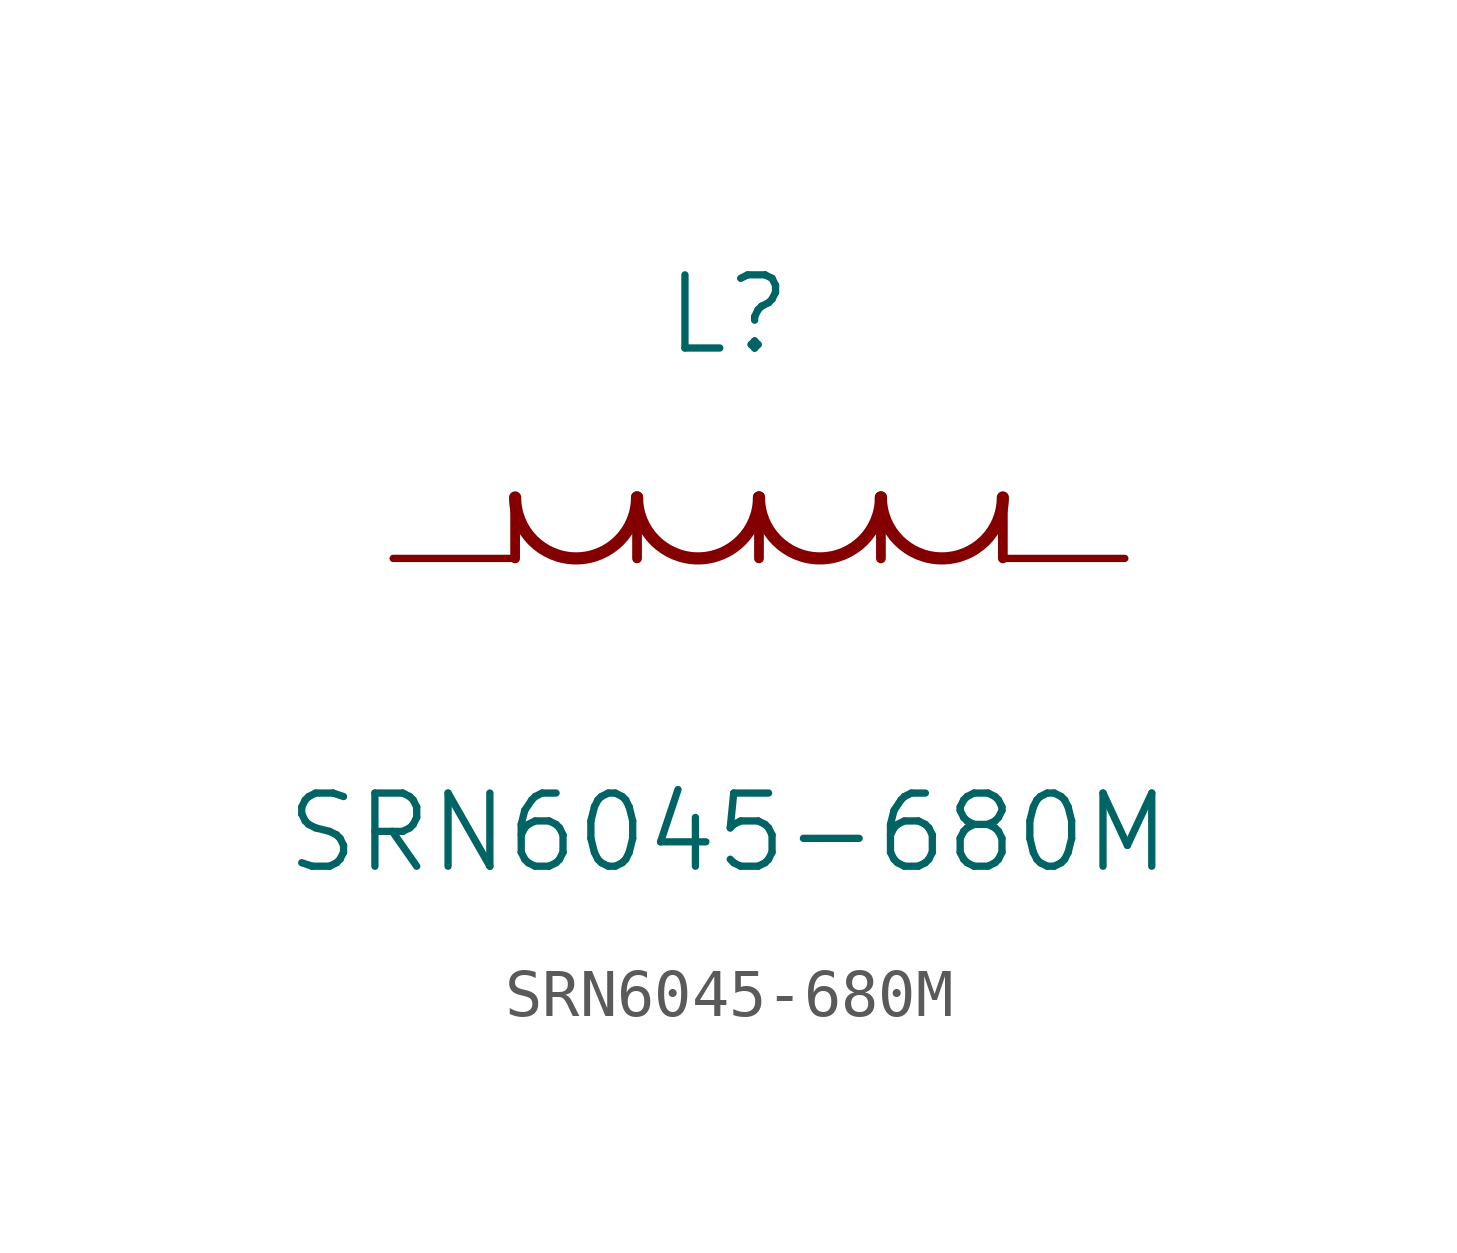
<source format=kicad_sym>
(kicad_symbol_lib
  (version 20211014)
  (generator kicad_symbol_editor)
  (symbol "SRN6045-680M"
    (pin_numbers hide)
    (pin_names
      (offset 1.651) hide)
    (property "Reference" "L"
      (at 6.985 5.08 0)
      (effects (font (size 1.524 1.524))))
    (property "Value" "SRN6045-680M"
      (at 6.985 -5.715 0)
      (effects (font (size 1.524 1.524))))
    (property "Datasheet" ""
      (at 0 0 0)
      (effects (font (size 1.524 1.524))))
    (property "ki_locked" ""
      (at 0 0 0)
      (effects (font (size 1.27 1.27))))
    (symbol "SRN6045-680M_1_1"
      (polyline (pts (xy 2.54 0) (xy 2.54 1.27)) (stroke (width 0.203) (type default) (color 0 0 0 0)) (fill (type none)))
      (polyline (pts (xy 5.08 0) (xy 5.08 1.27)) (stroke (width 0.203) (type default) (color 0 0 0 0)) (fill (type none)))
      (polyline (pts (xy 7.62 0) (xy 7.62 1.27)) (stroke (width 0.203) (type default) (color 0 0 0 0)) (fill (type none)))
      (polyline (pts (xy 10.16 0) (xy 10.16 1.27)) (stroke (width 0.203) (type default) (color 0 0 0 0)) (fill (type none)))
      (polyline (pts (xy 12.7 0) (xy 12.7 1.27)) (stroke (width 0.203) (type default) (color 0 0 0 0)) (fill (type none)))
      (arc (start 2.54 1.27) (mid 3.81 0) (end 5.08 1.27) (stroke (width 0.254) (type default) (color 0 0 0 0)) (fill (type none)))
      (arc (start 5.08 1.27) (mid 6.35 0) (end 7.62 1.27) (stroke (width 0.254) (type default) (color 0 0 0 0)) (fill (type none)))
      (arc (start 7.62 1.27) (mid 8.89 0) (end 10.16 1.27) (stroke (width 0.254) (type default) (color 0 0 0 0)) (fill (type none)))
      (arc (start 10.16 1.27) (mid 11.43 0) (end 12.7 1.27) (stroke (width 0.254) (type default) (color 0 0 0 0)) (fill (type none)))
      (pin unspecified line (at 15.24 0 180) (length 2.54) (name "1" (effects (font (size 1.499 1.499)))) (number "1" (effects (font (size 1.499 1.499)))))
      (pin unspecified line (at 0 0 0) (length 2.54) (name "2" (effects (font (size 1.499 1.499)))) (number "2" (effects (font (size 1.499 1.499))))))))
</source>
